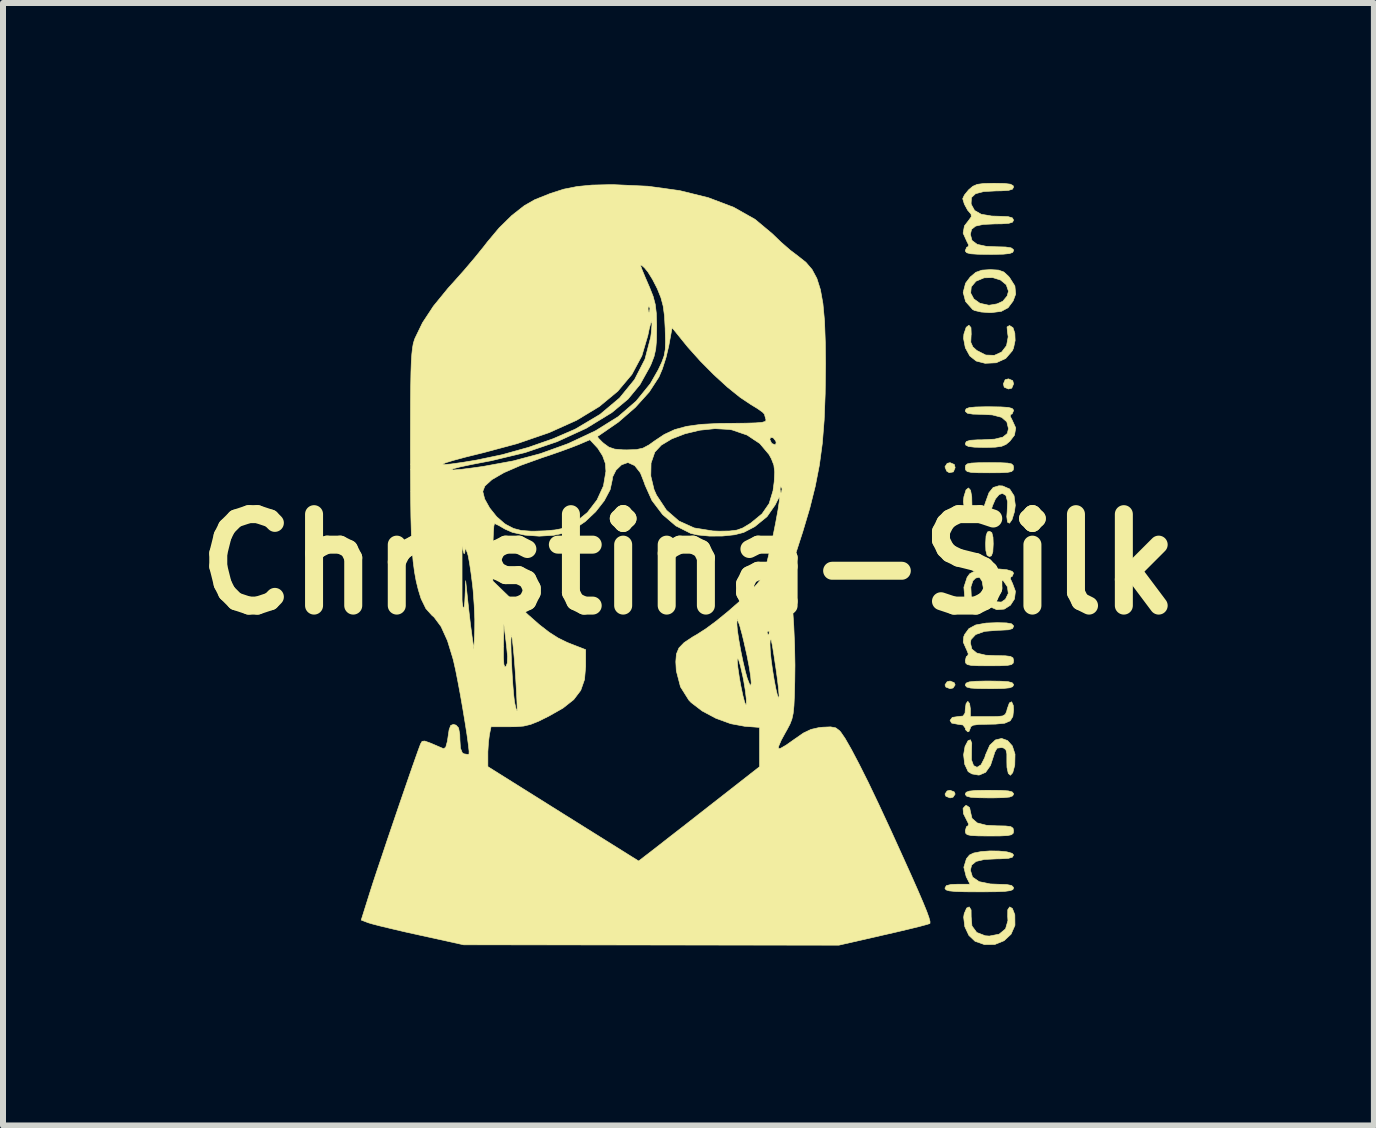
<source format=kicad_pcb>
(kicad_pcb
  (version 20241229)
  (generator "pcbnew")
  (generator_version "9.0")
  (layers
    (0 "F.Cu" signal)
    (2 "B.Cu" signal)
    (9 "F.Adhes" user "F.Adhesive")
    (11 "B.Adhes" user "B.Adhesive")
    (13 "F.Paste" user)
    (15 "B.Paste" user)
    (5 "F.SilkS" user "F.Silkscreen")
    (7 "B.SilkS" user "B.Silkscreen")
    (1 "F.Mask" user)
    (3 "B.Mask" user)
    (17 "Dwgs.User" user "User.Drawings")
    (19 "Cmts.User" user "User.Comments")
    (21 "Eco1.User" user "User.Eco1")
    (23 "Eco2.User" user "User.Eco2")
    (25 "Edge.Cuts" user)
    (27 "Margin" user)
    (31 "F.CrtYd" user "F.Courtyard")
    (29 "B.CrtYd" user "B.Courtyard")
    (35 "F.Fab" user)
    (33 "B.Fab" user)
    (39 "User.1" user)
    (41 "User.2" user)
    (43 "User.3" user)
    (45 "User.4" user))
  (footprint "Christina-Silk"
    (layer "F.Cu")
    (at 8.426 6.355)
    (property "Reference" "Christina-Silk" (at 0 0 0) (layer "F.SilkS") (effects (font (size 1.524 1.524) (thickness 0.3))))
    (attr through_hole)
    (fp_poly (pts (xy 4.429 1.974) (xy 4.445 2.011) (xy 4.41 2.063) (xy 4.36 2.074) (xy 4.291 2.048) (xy 4.276 2.011) (xy 4.311 1.959) (xy 4.36 1.947) (xy 4.429 1.974)) (stroke (width 0.01) (type solid)) (fill yes) (layer "F.SilkS"))
    (fp_poly (pts (xy 4.429 3.794) (xy 4.445 3.831) (xy 4.41 3.883) (xy 4.36 3.895) (xy 4.291 3.868) (xy 4.276 3.831) (xy 4.311 3.779) (xy 4.36 3.768) (xy 4.429 3.794)) (stroke (width 0.01) (type solid)) (fill yes) (layer "F.SilkS"))
    (fp_poly (pts (xy 4.431 -1.663) (xy 4.445 -1.609) (xy 4.415 -1.539) (xy 4.347 -1.526) (xy 4.304 -1.552) (xy 4.275 -1.624) (xy 4.312 -1.681) (xy 4.36 -1.693) (xy 4.431 -1.663)) (stroke (width 0.01) (type solid)) (fill yes) (layer "F.SilkS"))
    (fp_poly (pts (xy 5.405 -3.06) (xy 5.419 -3.006) (xy 5.389 -2.935) (xy 5.334 -2.921) (xy 5.263 -2.951) (xy 5.249 -3.006) (xy 5.279 -3.076) (xy 5.334 -3.09) (xy 5.405 -3.06)) (stroke (width 0.01) (type solid)) (fill yes) (layer "F.SilkS"))
    (fp_poly (pts (xy 5.056 -0.528) (xy 5.076 -0.449) (xy 5.08 -0.339) (xy 5.073 -0.206) (xy 5.05 -0.141) (xy 5.016 -0.127) (xy 4.977 -0.15) (xy 4.957 -0.228) (xy 4.953 -0.339) (xy 4.96 -0.472) (xy 4.983 -0.537) (xy 5.016 -0.55) (xy 5.056 -0.528)) (stroke (width 0.01) (type solid)) (fill yes) (layer "F.SilkS"))
    (fp_poly (pts (xy 5.203 -1.692) (xy 5.321 -1.686) (xy 5.386 -1.672) (xy 5.413 -1.646) (xy 5.419 -1.609) (xy 5.413 -1.569) (xy 5.384 -1.544) (xy 5.317 -1.531) (xy 5.196 -1.525) (xy 5.016 -1.524) (xy 4.83 -1.525) (xy 4.712 -1.531) (xy 4.647 -1.545) (xy 4.62 -1.571) (xy 4.614 -1.609) (xy 4.62 -1.648) (xy 4.649 -1.673) (xy 4.716 -1.686) (xy 4.837 -1.692) (xy 5.016 -1.693) (xy 5.203 -1.692)) (stroke (width 0.01) (type solid)) (fill yes) (layer "F.SilkS"))
    (fp_poly (pts (xy 5.208 1.95) (xy 5.33 1.958) (xy 5.395 1.975) (xy 5.418 2.002) (xy 5.419 2.011) (xy 5.404 2.041) (xy 5.352 2.06) (xy 5.247 2.071) (xy 5.075 2.074) (xy 5.016 2.074) (xy 4.825 2.072) (xy 4.703 2.064) (xy 4.638 2.047) (xy 4.615 2.02) (xy 4.614 2.011) (xy 4.629 1.981) (xy 4.681 1.961) (xy 4.786 1.951) (xy 4.958 1.947) (xy 5.016 1.947) (xy 5.208 1.95)) (stroke (width 0.01) (type solid)) (fill yes) (layer "F.SilkS"))
    (fp_poly (pts (xy 5.208 3.77) (xy 5.33 3.778) (xy 5.395 3.795) (xy 5.418 3.822) (xy 5.419 3.831) (xy 5.404 3.861) (xy 5.352 3.881) (xy 5.247 3.891) (xy 5.075 3.895) (xy 5.016 3.895) (xy 4.825 3.892) (xy 4.703 3.884) (xy 4.638 3.867) (xy 4.615 3.84) (xy 4.614 3.831) (xy 4.629 3.801) (xy 4.681 3.782) (xy 4.786 3.771) (xy 4.958 3.768) (xy 5.016 3.768) (xy 5.208 3.77)) (stroke (width 0.01) (type solid)) (fill yes) (layer "F.SilkS"))
    (fp_poly (pts (xy 5.399 5.738) (xy 5.44 5.842) (xy 5.44 5.845) (xy 5.442 6.019) (xy 5.377 6.167) (xy 5.26 6.276) (xy 5.107 6.338) (xy 4.934 6.34) (xy 4.777 6.285) (xy 4.674 6.187) (xy 4.606 6.042) (xy 4.587 5.884) (xy 4.596 5.825) (xy 4.637 5.731) (xy 4.68 5.712) (xy 4.711 5.762) (xy 4.712 5.874) (xy 4.725 6.029) (xy 4.805 6.138) (xy 4.947 6.193) (xy 5.016 6.198) (xy 5.179 6.166) (xy 5.285 6.078) (xy 5.325 5.94) (xy 5.321 5.874) (xy 5.322 5.759) (xy 5.354 5.712) (xy 5.399 5.738)) (stroke (width 0.01) (type solid)) (fill yes) (layer "F.SilkS"))
    (fp_poly (pts (xy 4.687 4.058) (xy 4.699 4.121) (xy 4.726 4.236) (xy 4.813 4.312) (xy 4.966 4.351) (xy 5.136 4.36) (xy 5.288 4.363) (xy 5.373 4.374) (xy 5.41 4.4) (xy 5.419 4.445) (xy 5.419 4.445) (xy 5.413 4.484) (xy 5.384 4.509) (xy 5.317 4.523) (xy 5.196 4.529) (xy 5.016 4.53) (xy 4.83 4.528) (xy 4.712 4.522) (xy 4.647 4.508) (xy 4.62 4.483) (xy 4.614 4.445) (xy 4.633 4.376) (xy 4.659 4.36) (xy 4.671 4.332) (xy 4.638 4.266) (xy 4.584 4.159) (xy 4.577 4.07) (xy 4.617 4.024) (xy 4.636 4.022) (xy 4.687 4.058)) (stroke (width 0.01) (type solid)) (fill yes) (layer "F.SilkS"))
    (fp_poly (pts (xy 4.709 -3.944) (xy 4.713 -3.831) (xy 4.711 -3.817) (xy 4.706 -3.7) (xy 4.74 -3.623) (xy 4.806 -3.563) (xy 4.955 -3.487) (xy 5.099 -3.482) (xy 5.22 -3.537) (xy 5.302 -3.644) (xy 5.329 -3.79) (xy 5.317 -3.873) (xy 5.31 -3.955) (xy 5.352 -3.979) (xy 5.409 -3.943) (xy 5.44 -3.85) (xy 5.445 -3.729) (xy 5.418 -3.603) (xy 5.399 -3.559) (xy 5.288 -3.43) (xy 5.13 -3.358) (xy 4.945 -3.349) (xy 4.796 -3.387) (xy 4.69 -3.471) (xy 4.615 -3.607) (xy 4.585 -3.764) (xy 4.591 -3.836) (xy 4.629 -3.949) (xy 4.675 -3.984) (xy 4.709 -3.944)) (stroke (width 0.01) (type solid)) (fill yes) (layer "F.SilkS"))
    (fp_poly (pts (xy 4.686 2.323) (xy 4.699 2.411) (xy 4.699 2.413) (xy 4.699 2.54) (xy 4.992 2.54) (xy 5.146 2.539) (xy 5.236 2.529) (xy 5.281 2.503) (xy 5.304 2.452) (xy 5.313 2.413) (xy 5.349 2.312) (xy 5.387 2.293) (xy 5.414 2.354) (xy 5.419 2.426) (xy 5.407 2.538) (xy 5.363 2.61) (xy 5.272 2.65) (xy 5.119 2.665) (xy 5.008 2.667) (xy 4.843 2.67) (xy 4.747 2.683) (xy 4.705 2.708) (xy 4.699 2.731) (xy 4.676 2.787) (xy 4.657 2.794) (xy 4.619 2.76) (xy 4.614 2.731) (xy 4.576 2.68) (xy 4.487 2.667) (xy 4.387 2.648) (xy 4.36 2.603) (xy 4.398 2.553) (xy 4.487 2.54) (xy 4.577 2.53) (xy 4.61 2.48) (xy 4.614 2.413) (xy 4.627 2.324) (xy 4.656 2.286) (xy 4.657 2.286) (xy 4.686 2.323)) (stroke (width 0.01) (type solid)) (fill yes) (layer "F.SilkS"))
    (fp_poly (pts (xy 5.318 2.939) (xy 5.398 3.028) (xy 5.443 3.166) (xy 5.439 3.348) (xy 5.438 3.353) (xy 5.405 3.475) (xy 5.366 3.518) (xy 5.331 3.487) (xy 5.309 3.386) (xy 5.307 3.291) (xy 5.307 3.16) (xy 5.291 3.092) (xy 5.252 3.063) (xy 5.219 3.056) (xy 5.144 3.066) (xy 5.103 3.137) (xy 5.097 3.162) (xy 5.034 3.354) (xy 4.953 3.469) (xy 4.85 3.513) (xy 4.83 3.514) (xy 4.725 3.495) (xy 4.662 3.457) (xy 4.604 3.333) (xy 4.586 3.176) (xy 4.61 3.037) (xy 4.66 2.942) (xy 4.7 2.926) (xy 4.722 2.984) (xy 4.718 3.101) (xy 4.717 3.26) (xy 4.752 3.356) (xy 4.81 3.385) (xy 4.877 3.343) (xy 4.938 3.224) (xy 4.952 3.177) (xy 5.022 3.018) (xy 5.116 2.929) (xy 5.22 2.904) (xy 5.318 2.939)) (stroke (width 0.01) (type solid)) (fill yes) (layer "F.SilkS"))
    (fp_poly (pts (xy 5.168 -4.903) (xy 5.257 -4.871) (xy 5.335 -4.799) (xy 5.351 -4.78) (xy 5.441 -4.638) (xy 5.454 -4.503) (xy 5.412 -4.389) (xy 5.328 -4.276) (xy 5.215 -4.215) (xy 5.048 -4.194) (xy 5.016 -4.194) (xy 4.879 -4.204) (xy 4.77 -4.229) (xy 4.738 -4.245) (xy 4.619 -4.379) (xy 4.582 -4.52) (xy 4.704 -4.52) (xy 4.756 -4.423) (xy 4.858 -4.35) (xy 5.002 -4.318) (xy 5.016 -4.318) (xy 5.144 -4.34) (xy 5.24 -4.384) (xy 5.312 -4.471) (xy 5.334 -4.551) (xy 5.297 -4.659) (xy 5.202 -4.737) (xy 5.071 -4.778) (xy 4.927 -4.774) (xy 4.794 -4.718) (xy 4.793 -4.718) (xy 4.714 -4.624) (xy 4.704 -4.52) (xy 4.582 -4.52) (xy 4.579 -4.531) (xy 4.619 -4.685) (xy 4.696 -4.787) (xy 4.79 -4.866) (xy 4.891 -4.902) (xy 5.031 -4.911) (xy 5.168 -4.903)) (stroke (width 0.01) (type solid)) (fill yes) (layer "F.SilkS"))
    (fp_poly (pts (xy 5.236 -1.305) (xy 5.354 -1.254) (xy 5.427 -1.141) (xy 5.448 -0.983) (xy 5.434 -0.876) (xy 5.393 -0.743) (xy 5.351 -0.684) (xy 5.318 -0.701) (xy 5.306 -0.793) (xy 5.312 -0.874) (xy 5.319 -1.042) (xy 5.291 -1.147) (xy 5.233 -1.181) (xy 5.178 -1.161) (xy 5.118 -1.09) (xy 5.07 -0.98) (xy 5.067 -0.97) (xy 5.015 -0.823) (xy 4.946 -0.747) (xy 4.844 -0.726) (xy 4.809 -0.728) (xy 4.686 -0.778) (xy 4.607 -0.888) (xy 4.582 -1.043) (xy 4.591 -1.125) (xy 4.626 -1.238) (xy 4.667 -1.272) (xy 4.702 -1.233) (xy 4.722 -1.124) (xy 4.723 -1.069) (xy 4.726 -0.945) (xy 4.748 -0.882) (xy 4.796 -0.857) (xy 4.809 -0.855) (xy 4.869 -0.862) (xy 4.912 -0.915) (xy 4.952 -1.034) (xy 4.952 -1.034) (xy 5.009 -1.192) (xy 5.079 -1.279) (xy 5.175 -1.308) (xy 5.236 -1.305)) (stroke (width 0.01) (type solid)) (fill yes) (layer "F.SilkS"))
    (fp_poly (pts (xy 5.208 -2.622) (xy 5.33 -2.614) (xy 5.395 -2.597) (xy 5.418 -2.57) (xy 5.419 -2.561) (xy 5.395 -2.505) (xy 5.374 -2.498) (xy 5.362 -2.469) (xy 5.395 -2.404) (xy 5.455 -2.272) (xy 5.434 -2.151) (xy 5.357 -2.051) (xy 5.293 -1.997) (xy 5.22 -1.966) (xy 5.114 -1.951) (xy 4.949 -1.947) (xy 4.934 -1.947) (xy 4.766 -1.951) (xy 4.667 -1.963) (xy 4.622 -1.986) (xy 4.614 -2.011) (xy 4.633 -2.046) (xy 4.698 -2.066) (xy 4.826 -2.074) (xy 4.892 -2.074) (xy 5.103 -2.085) (xy 5.241 -2.119) (xy 5.315 -2.18) (xy 5.334 -2.26) (xy 5.306 -2.374) (xy 5.219 -2.449) (xy 5.064 -2.489) (xy 4.897 -2.498) (xy 4.74 -2.502) (xy 4.652 -2.516) (xy 4.617 -2.545) (xy 4.614 -2.561) (xy 4.629 -2.591) (xy 4.681 -2.611) (xy 4.786 -2.621) (xy 4.958 -2.625) (xy 5.016 -2.625) (xy 5.208 -2.622)) (stroke (width 0.01) (type solid)) (fill yes) (layer "F.SilkS"))
    (fp_poly (pts (xy 5.176 4.781) (xy 5.307 4.794) (xy 5.395 4.819) (xy 5.419 4.847) (xy 5.4 4.883) (xy 5.335 4.902) (xy 5.207 4.91) (xy 5.141 4.911) (xy 4.931 4.921) (xy 4.794 4.954) (xy 4.72 5.015) (xy 4.699 5.1) (xy 4.735 5.215) (xy 4.845 5.291) (xy 5.03 5.329) (xy 5.153 5.334) (xy 5.304 5.339) (xy 5.387 5.355) (xy 5.417 5.386) (xy 5.419 5.397) (xy 5.407 5.424) (xy 5.362 5.441) (xy 5.273 5.453) (xy 5.127 5.459) (xy 4.912 5.461) (xy 4.847 5.461) (xy 4.613 5.46) (xy 4.451 5.455) (xy 4.349 5.445) (xy 4.295 5.429) (xy 4.276 5.405) (xy 4.276 5.397) (xy 4.299 5.357) (xy 4.378 5.338) (xy 4.484 5.334) (xy 4.693 5.334) (xy 4.629 5.207) (xy 4.59 5.051) (xy 4.633 4.91) (xy 4.684 4.847) (xy 4.756 4.813) (xy 4.878 4.79) (xy 5.025 4.779) (xy 5.176 4.781)) (stroke (width 0.01) (type solid)) (fill yes) (layer "F.SilkS"))
    (fp_poly (pts (xy 5.3 0.978) (xy 5.385 0.993) (xy 5.417 1.024) (xy 5.419 1.037) (xy 5.4 1.073) (xy 5.333 1.093) (xy 5.201 1.1) (xy 5.153 1.101) (xy 4.937 1.119) (xy 4.787 1.172) (xy 4.709 1.256) (xy 4.699 1.312) (xy 4.724 1.414) (xy 4.806 1.481) (xy 4.954 1.516) (xy 5.125 1.524) (xy 5.28 1.526) (xy 5.368 1.537) (xy 5.409 1.561) (xy 5.419 1.603) (xy 5.419 1.609) (xy 5.413 1.648) (xy 5.384 1.673) (xy 5.317 1.686) (xy 5.196 1.692) (xy 5.016 1.693) (xy 4.83 1.692) (xy 4.712 1.686) (xy 4.647 1.672) (xy 4.62 1.646) (xy 4.614 1.609) (xy 4.631 1.54) (xy 4.655 1.524) (xy 4.664 1.493) (xy 4.633 1.416) (xy 4.625 1.401) (xy 4.58 1.298) (xy 4.588 1.209) (xy 4.605 1.168) (xy 4.675 1.073) (xy 4.789 1.012) (xy 4.961 0.981) (xy 5.146 0.974) (xy 5.3 0.978)) (stroke (width 0.01) (type solid)) (fill yes) (layer "F.SilkS"))
    (fp_poly (pts (xy 5.308 0.092) (xy 5.395 0.118) (xy 5.419 0.148) (xy 5.395 0.204) (xy 5.375 0.212) (xy 5.365 0.241) (xy 5.398 0.313) (xy 5.4 0.316) (xy 5.45 0.451) (xy 5.434 0.579) (xy 5.367 0.683) (xy 5.264 0.748) (xy 5.14 0.758) (xy 5.019 0.706) (xy 4.957 0.611) (xy 4.922 0.438) (xy 4.921 0.43) (xy 4.894 0.282) (xy 4.874 0.252) (xy 5.004 0.252) (xy 5.009 0.336) (xy 5.018 0.392) (xy 5.063 0.544) (xy 5.131 0.625) (xy 5.215 0.631) (xy 5.283 0.584) (xy 5.331 0.486) (xy 5.316 0.376) (xy 5.25 0.278) (xy 5.148 0.219) (xy 5.091 0.212) (xy 5.028 0.218) (xy 5.004 0.252) (xy 4.874 0.252) (xy 4.849 0.216) (xy 4.786 0.231) (xy 4.741 0.276) (xy 4.707 0.379) (xy 4.714 0.533) (xy 4.719 0.659) (xy 4.695 0.713) (xy 4.656 0.689) (xy 4.611 0.586) (xy 4.606 0.569) (xy 4.591 0.384) (xy 4.645 0.218) (xy 4.688 0.159) (xy 4.76 0.12) (xy 4.881 0.094) (xy 5.028 0.08) (xy 5.178 0.079) (xy 5.308 0.092)) (stroke (width 0.01) (type solid)) (fill yes) (layer "F.SilkS"))
    (fp_poly (pts (xy 5.267 -6.347) (xy 5.366 -6.335) (xy 5.411 -6.311) (xy 5.419 -6.287) (xy 5.401 -6.252) (xy 5.337 -6.232) (xy 5.212 -6.224) (xy 5.13 -6.223) (xy 4.92 -6.212) (xy 4.785 -6.176) (xy 4.717 -6.112) (xy 4.711 -6.015) (xy 4.715 -5.995) (xy 4.769 -5.897) (xy 4.879 -5.834) (xy 5.054 -5.804) (xy 5.189 -5.8) (xy 5.328 -5.794) (xy 5.399 -5.773) (xy 5.419 -5.736) (xy 5.402 -5.702) (xy 5.341 -5.683) (xy 5.22 -5.674) (xy 5.11 -5.673) (xy 4.912 -5.664) (xy 4.786 -5.636) (xy 4.719 -5.583) (xy 4.699 -5.499) (xy 4.699 -5.498) (xy 4.726 -5.397) (xy 4.812 -5.332) (xy 4.964 -5.299) (xy 5.125 -5.292) (xy 5.285 -5.288) (xy 5.377 -5.274) (xy 5.415 -5.247) (xy 5.419 -5.228) (xy 5.404 -5.198) (xy 5.352 -5.179) (xy 5.247 -5.168) (xy 5.075 -5.165) (xy 5.016 -5.165) (xy 4.825 -5.167) (xy 4.703 -5.175) (xy 4.638 -5.192) (xy 4.615 -5.219) (xy 4.614 -5.228) (xy 4.638 -5.284) (xy 4.659 -5.292) (xy 4.671 -5.32) (xy 4.638 -5.386) (xy 4.578 -5.519) (xy 4.6 -5.64) (xy 4.662 -5.72) (xy 4.714 -5.791) (xy 4.71 -5.836) (xy 4.71 -5.836) (xy 4.653 -5.902) (xy 4.599 -6.002) (xy 4.572 -6.09) (xy 4.572 -6.095) (xy 4.6 -6.155) (xy 4.667 -6.237) (xy 4.676 -6.246) (xy 4.74 -6.3) (xy 4.813 -6.332) (xy 4.919 -6.346) (xy 5.084 -6.35) (xy 5.099 -6.35) (xy 5.267 -6.347)) (stroke (width 0.01) (type solid)) (fill yes) (layer "F.SilkS"))
    (fp_poly (pts (xy -1.249 -6.327) (xy -0.676 -6.301) (xy -0.147 -6.228) (xy 0.331 -6.11) (xy 0.753 -5.95) (xy 1.111 -5.748) (xy 1.397 -5.509) (xy 1.541 -5.37) (xy 1.696 -5.235) (xy 1.828 -5.135) (xy 1.828 -5.135) (xy 1.957 -5.033) (xy 2.06 -4.913) (xy 2.14 -4.764) (xy 2.199 -4.578) (xy 2.241 -4.345) (xy 2.268 -4.054) (xy 2.281 -3.697) (xy 2.285 -3.344) (xy 2.279 -2.842) (xy 2.262 -2.405) (xy 2.231 -2.015) (xy 2.182 -1.652) (xy 2.113 -1.298) (xy 2.022 -0.934) (xy 1.905 -0.541) (xy 1.874 -0.446) (xy 1.684 0.146) (xy 1.736 0.74) (xy 1.755 1.025) (xy 1.769 1.352) (xy 1.775 1.68) (xy 1.772 1.947) (xy 1.766 2.188) (xy 1.758 2.362) (xy 1.745 2.487) (xy 1.724 2.582) (xy 1.692 2.665) (xy 1.645 2.754) (xy 1.615 2.807) (xy 1.546 2.934) (xy 1.504 3.032) (xy 1.497 3.078) (xy 1.54 3.066) (xy 1.631 3.013) (xy 1.75 2.929) (xy 1.764 2.919) (xy 1.917 2.813) (xy 2.043 2.753) (xy 2.175 2.723) (xy 2.231 2.717) (xy 2.369 2.711) (xy 2.454 2.727) (xy 2.516 2.773) (xy 2.539 2.799) (xy 2.612 2.906) (xy 2.715 3.086) (xy 2.844 3.331) (xy 2.997 3.636) (xy 3.169 3.996) (xy 3.358 4.403) (xy 3.387 4.466) (xy 3.565 4.858) (xy 3.71 5.179) (xy 3.824 5.436) (xy 3.91 5.636) (xy 3.971 5.785) (xy 4.008 5.888) (xy 4.026 5.953) (xy 4.026 5.985) (xy 4.021 5.99) (xy 3.97 6.006) (xy 3.851 6.038) (xy 3.676 6.081) (xy 3.461 6.132) (xy 3.246 6.181) (xy 2.507 6.35) (xy -0.62 6.347) (xy -3.747 6.344) (xy -4.487 6.181) (xy -4.735 6.126) (xy -4.96 6.073) (xy -5.148 6.028) (xy -5.282 5.993) (xy -5.341 5.975) (xy -5.455 5.931) (xy -5.307 5.46) (xy -5.261 5.316) (xy -5.195 5.116) (xy -5.113 4.873) (xy -5.022 4.6) (xy -4.924 4.312) (xy -4.825 4.021) (xy -4.729 3.742) (xy -4.641 3.487) (xy -4.565 3.27) (xy -4.531 3.174) (xy -3.344 3.174) (xy -3.344 3.374) (xy -2.088 4.161) (xy -0.831 4.947) (xy -0.68 4.831) (xy -0.605 4.773) (xy -0.475 4.672) (xy -0.3 4.535) (xy -0.091 4.373) (xy 0.14 4.192) (xy 0.328 4.045) (xy 1.185 3.375) (xy 1.185 2.72) (xy 0.936 2.701) (xy 0.704 2.658) (xy 0.457 2.568) (xy 0.228 2.446) (xy 0.044 2.305) (xy 0.006 2.265) (xy -0.133 2.044) (xy -0.203 1.776) (xy -0.211 1.627) (xy -0.21 1.61) (xy 0.813 1.61) (xy 0.823 1.72) (xy 0.848 1.89) (xy 0.872 2.024) (xy 0.906 2.186) (xy 0.935 2.296) (xy 0.956 2.344) (xy 0.965 2.332) (xy 0.964 2.244) (xy 0.947 2.1) (xy 0.918 1.927) (xy 0.906 1.869) (xy 0.865 1.69) (xy 0.835 1.59) (xy 0.817 1.565) (xy 0.813 1.61) (xy -0.21 1.61) (xy -0.201 1.497) (xy -0.159 1.396) (xy -0.073 1.307) (xy 0.073 1.21) (xy 0.138 1.173) (xy 0.288 1.077) (xy 0.39 1.002) (xy 0.807 1.002) (xy 0.815 1.1) (xy 0.838 1.254) (xy 0.871 1.439) (xy 0.91 1.628) (xy 0.95 1.796) (xy 0.98 1.903) (xy 1.018 2) (xy 1.04 2.021) (xy 1.046 1.976) (xy 1.037 1.871) (xy 1.013 1.715) (xy 0.975 1.519) (xy 0.933 1.333) (xy 1.358 1.333) (xy 1.363 1.444) (xy 1.378 1.593) (xy 1.401 1.76) (xy 1.428 1.926) (xy 1.456 2.073) (xy 1.482 2.181) (xy 1.503 2.231) (xy 1.508 2.231) (xy 1.51 2.184) (xy 1.501 2.071) (xy 1.482 1.911) (xy 1.46 1.752) (xy 1.424 1.511) (xy 1.398 1.35) (xy 1.379 1.263) (xy 1.366 1.246) (xy 1.36 1.293) (xy 1.358 1.333) (xy 0.933 1.333) (xy 0.933 1.33) (xy 0.893 1.164) (xy 0.887 1.143) (xy 1.312 1.143) (xy 1.328 1.178) (xy 1.341 1.171) (xy 1.346 1.121) (xy 1.341 1.115) (xy 1.315 1.121) (xy 1.312 1.143) (xy 0.887 1.143) (xy 0.86 1.044) (xy 0.847 1.002) (xy 0.81 0.91) (xy 0.807 1.002) (xy 0.39 1.002) (xy 0.465 0.946) (xy 0.654 0.792) (xy 0.84 0.63) (xy 1.007 0.472) (xy 1.14 0.334) (xy 1.223 0.227) (xy 1.236 0.204) (xy 1.268 0.111) (xy 1.311 -0.045) (xy 1.359 -0.244) (xy 1.408 -0.466) (xy 1.453 -0.69) (xy 1.491 -0.897) (xy 1.512 -1.037) (xy 1.519 -1.107) (xy 1.508 -1.111) (xy 1.473 -1.045) (xy 1.446 -0.99) (xy 1.309 -0.793) (xy 1.104 -0.626) (xy 0.92 -0.53) (xy 0.768 -0.491) (xy 0.567 -0.47) (xy 0.35 -0.469) (xy 0.152 -0.488) (xy 0.038 -0.514) (xy -0.21 -0.639) (xy -0.431 -0.828) (xy -0.609 -1.063) (xy -0.725 -1.322) (xy -0.732 -1.346) (xy -0.78 -1.47) (xy -0.628 -1.47) (xy -0.574 -1.245) (xy -0.533 -1.152) (xy -0.367 -0.901) (xy -0.159 -0.72) (xy 0.096 -0.605) (xy 0.405 -0.555) (xy 0.514 -0.551) (xy 0.687 -0.554) (xy 0.807 -0.569) (xy 0.906 -0.605) (xy 1.014 -0.67) (xy 1.041 -0.688) (xy 1.226 -0.84) (xy 1.345 -1.012) (xy 1.41 -1.227) (xy 1.413 -1.252) (xy 1.527 -1.252) (xy 1.535 -1.197) (xy 1.55 -1.197) (xy 1.56 -1.253) (xy 1.553 -1.278) (xy 1.534 -1.294) (xy 1.527 -1.252) (xy 1.413 -1.252) (xy 1.429 -1.375) (xy 1.437 -1.537) (xy 1.423 -1.653) (xy 1.382 -1.758) (xy 1.343 -1.829) (xy 1.189 -2.012) (xy 1.085 -2.081) (xy 1.355 -2.081) (xy 1.388 -2.014) (xy 1.445 -1.99) (xy 1.462 -2.021) (xy 1.455 -2.053) (xy 1.414 -2.106) (xy 1.37 -2.114) (xy 1.355 -2.081) (xy 1.085 -2.081) (xy 0.977 -2.153) (xy 0.726 -2.239) (xy 0.678 -2.247) (xy 0.441 -2.26) (xy 0.189 -2.234) (xy -0.057 -2.175) (xy -0.278 -2.09) (xy -0.453 -1.985) (xy -0.561 -1.869) (xy -0.624 -1.686) (xy -0.628 -1.47) (xy -0.78 -1.47) (xy -0.802 -1.524) (xy -0.896 -1.644) (xy -1.004 -1.693) (xy -1.016 -1.693) (xy -1.116 -1.657) (xy -1.208 -1.568) (xy -1.264 -1.456) (xy -1.27 -1.408) (xy -1.306 -1.242) (xy -1.404 -1.058) (xy -1.547 -0.875) (xy -1.721 -0.711) (xy -1.91 -0.583) (xy -2.038 -0.527) (xy -2.249 -0.482) (xy -2.488 -0.468) (xy -2.726 -0.485) (xy -2.934 -0.531) (xy -3.057 -0.585) (xy -3.156 -0.643) (xy -3.223 -0.675) (xy -3.233 -0.677) (xy -3.244 -0.638) (xy -3.252 -0.53) (xy -3.258 -0.372) (xy -3.26 -0.198) (xy -3.26 0.281) (xy -2.91 0.619) (xy -2.676 0.84) (xy -2.484 1.009) (xy -2.321 1.135) (xy -2.172 1.23) (xy -2.023 1.303) (xy -1.958 1.329) (xy -1.714 1.424) (xy -1.714 1.703) (xy -1.733 1.923) (xy -1.796 2.103) (xy -1.913 2.257) (xy -2.093 2.399) (xy -2.322 2.529) (xy -2.498 2.617) (xy -2.631 2.67) (xy -2.749 2.698) (xy -2.884 2.708) (xy -2.982 2.709) (xy -3.291 2.709) (xy -3.318 2.842) (xy -3.334 2.968) (xy -3.344 3.125) (xy -3.344 3.174) (xy -4.531 3.174) (xy -4.506 3.104) (xy -4.469 3.004) (xy -4.466 2.996) (xy -4.44 2.952) (xy -4.396 2.947) (xy -4.307 2.979) (xy -4.282 2.989) (xy -4.171 3.037) (xy -4.091 3.071) (xy -4.08 3.075) (xy -4.046 3.05) (xy -4.019 2.953) (xy -4.011 2.9) (xy -3.99 2.759) (xy -3.963 2.687) (xy -3.919 2.67) (xy -3.875 2.682) (xy -3.832 2.729) (xy -3.812 2.838) (xy -3.81 2.921) (xy -3.801 3.066) (xy -3.77 3.143) (xy -3.745 3.16) (xy -3.677 3.171) (xy -3.658 3.164) (xy -3.657 3.117) (xy -3.67 3.002) (xy -3.693 2.835) (xy -3.725 2.631) (xy -3.762 2.407) (xy -3.802 2.178) (xy -3.843 1.959) (xy -3.881 1.766) (xy -3.915 1.615) (xy -3.922 1.587) (xy -3.93 1.559) (xy -3.084 1.559) (xy -3.077 1.669) (xy -3.061 1.711) (xy -3.043 1.705) (xy -3.02 1.648) (xy -3.016 1.536) (xy -3.033 1.355) (xy -3.037 1.326) (xy -3.038 1.312) (xy -2.96 1.312) (xy -2.957 1.457) (xy -2.95 1.632) (xy -2.94 1.821) (xy -2.928 2.005) (xy -2.915 2.166) (xy -2.901 2.286) (xy -2.895 2.32) (xy -2.874 2.41) (xy -2.858 2.447) (xy -2.856 2.446) (xy -2.855 2.402) (xy -2.859 2.289) (xy -2.867 2.121) (xy -2.879 1.915) (xy -2.885 1.822) (xy -2.901 1.603) (xy -2.918 1.415) (xy -2.933 1.275) (xy -2.946 1.197) (xy -2.95 1.187) (xy -2.958 1.216) (xy -2.96 1.312) (xy -3.038 1.312) (xy -3.078 0.995) (xy -3.084 1.374) (xy -3.084 1.559) (xy -3.93 1.559) (xy -4.017 1.275) (xy -4.124 1.039) (xy -4.239 0.884) (xy -4.274 0.854) (xy -4.376 0.741) (xy -4.455 0.579) (xy -4.461 0.563) (xy -4.504 0.423) (xy -4.539 0.28) (xy -4.567 0.126) (xy -4.575 0.064) (xy -3.8 0.064) (xy -3.798 0.269) (xy -3.79 0.448) (xy -3.78 0.59) (xy -3.767 0.688) (xy -3.753 0.733) (xy -3.74 0.716) (xy -3.729 0.629) (xy -3.724 0.529) (xy -3.714 0.275) (xy -3.678 0.614) (xy -3.656 0.814) (xy -3.632 1.018) (xy -3.61 1.181) (xy -3.61 1.185) (xy -3.577 1.418) (xy -3.563 1.101) (xy -3.562 0.914) (xy -3.572 0.682) (xy -3.589 0.443) (xy -3.6 0.339) (xy -3.625 0.145) (xy -3.65 -0.023) (xy -3.673 -0.145) (xy -3.686 -0.191) (xy -3.72 -0.275) (xy -3.729 -0.191) (xy -3.74 -0.174) (xy -3.758 -0.229) (xy -3.768 -0.275) (xy -3.781 -0.318) (xy -3.791 -0.275) (xy -3.797 -0.149) (xy -3.8 0.062) (xy -3.8 0.064) (xy -4.575 0.064) (xy -4.59 -0.05) (xy -4.607 -0.256) (xy -4.619 -0.503) (xy -4.627 -0.799) (xy -4.632 -1.155) (xy -4.632 -1.213) (xy -3.429 -1.213) (xy -3.397 -1.087) (xy -3.314 -0.938) (xy -3.198 -0.793) (xy -3.067 -0.678) (xy -3.037 -0.659) (xy -2.915 -0.596) (xy -2.789 -0.563) (xy -2.626 -0.551) (xy -2.561 -0.551) (xy -2.386 -0.557) (xy -2.224 -0.572) (xy -2.12 -0.592) (xy -1.887 -0.698) (xy -1.684 -0.863) (xy -1.524 -1.072) (xy -1.417 -1.306) (xy -1.376 -1.55) (xy -1.385 -1.679) (xy -1.431 -1.807) (xy -1.512 -1.934) (xy -1.526 -1.949) (xy -1.643 -2.075) (xy -1.827 -1.996) (xy -1.947 -1.949) (xy -2.121 -1.885) (xy -2.319 -1.816) (xy -2.434 -1.778) (xy -2.796 -1.648) (xy -3.077 -1.526) (xy -3.277 -1.41) (xy -3.394 -1.303) (xy -3.429 -1.213) (xy -4.632 -1.213) (xy -4.634 -1.575) (xy -3.959 -1.575) (xy -3.916 -1.571) (xy -3.792 -1.581) (xy -3.586 -1.607) (xy -3.418 -1.631) (xy -2.921 -1.722) (xy -2.469 -1.843) (xy -2.023 -2.004) (xy -1.994 -2.016) (xy -1.75 -2.13) (xy -1.518 -2.13) (xy -1.5 -2.1) (xy -1.436 -2.035) (xy -1.412 -2.014) (xy -1.327 -1.952) (xy -1.23 -1.919) (xy -1.092 -1.907) (xy -1.027 -1.906) (xy -0.87 -1.911) (xy -0.759 -1.935) (xy -0.656 -1.99) (xy -0.569 -2.053) (xy -0.404 -2.163) (xy -0.23 -2.244) (xy -0.029 -2.299) (xy 0.213 -2.332) (xy 0.514 -2.347) (xy 0.71 -2.349) (xy 0.953 -2.351) (xy 1.122 -2.356) (xy 1.228 -2.365) (xy 1.281 -2.381) (xy 1.293 -2.403) (xy 1.292 -2.406) (xy 1.271 -2.481) (xy 1.27 -2.497) (xy 1.236 -2.534) (xy 1.147 -2.597) (xy 1.037 -2.664) (xy 0.859 -2.783) (xy 0.648 -2.953) (xy 0.422 -3.16) (xy 0.197 -3.387) (xy -0.009 -3.617) (xy -0.053 -3.671) (xy -0.273 -3.943) (xy -0.329 -3.638) (xy -0.374 -3.447) (xy -0.436 -3.254) (xy -0.493 -3.12) (xy -0.655 -2.87) (xy -0.885 -2.615) (xy -1.168 -2.369) (xy -1.49 -2.147) (xy -1.518 -2.13) (xy -1.75 -2.13) (xy -1.545 -2.227) (xy -1.173 -2.459) (xy -0.872 -2.719) (xy -0.635 -3.011) (xy -0.505 -3.239) (xy -0.444 -3.368) (xy -0.406 -3.473) (xy -0.387 -3.58) (xy -0.383 -3.716) (xy -0.388 -3.907) (xy -0.388 -3.923) (xy -0.4 -4.141) (xy -0.422 -4.304) (xy -0.459 -4.443) (xy -0.517 -4.587) (xy -0.524 -4.602) (xy -0.599 -4.748) (xy -0.676 -4.872) (xy -0.732 -4.94) (xy -0.773 -4.976) (xy -0.795 -4.989) (xy -0.795 -4.969) (xy -0.771 -4.903) (xy -0.72 -4.78) (xy -0.648 -4.614) (xy -0.589 -4.465) (xy -0.554 -4.332) (xy -0.536 -4.184) (xy -0.53 -3.99) (xy -0.53 -3.937) (xy -0.533 -3.733) (xy -0.546 -3.584) (xy -0.574 -3.462) (xy -0.622 -3.337) (xy -0.645 -3.288) (xy -0.809 -2.993) (xy -1.008 -2.752) (xy -1.266 -2.537) (xy -1.285 -2.523) (xy -1.705 -2.266) (xy -2.19 -2.043) (xy -2.724 -1.861) (xy -3.29 -1.725) (xy -3.344 -1.715) (xy -3.614 -1.663) (xy -3.807 -1.622) (xy -3.922 -1.592) (xy -3.959 -1.575) (xy -4.634 -1.575) (xy -4.634 -1.579) (xy -4.634 -1.668) (xy -4.098 -1.668) (xy -4.068 -1.661) (xy -3.956 -1.671) (xy -3.762 -1.698) (xy -3.533 -1.736) (xy -3.104 -1.826) (xy -2.668 -1.948) (xy -2.256 -2.092) (xy -1.896 -2.248) (xy -1.875 -2.259) (xy -1.475 -2.497) (xy -1.149 -2.771) (xy -0.899 -3.078) (xy -0.725 -3.418) (xy -0.629 -3.788) (xy -0.621 -3.847) (xy -0.609 -3.988) (xy -0.612 -4.047) (xy -0.627 -4.025) (xy -0.654 -3.925) (xy -0.677 -3.814) (xy -0.777 -3.474) (xy -0.943 -3.164) (xy -1.179 -2.883) (xy -1.486 -2.629) (xy -1.866 -2.399) (xy -2.322 -2.194) (xy -2.857 -2.01) (xy -3.412 -1.861) (xy -3.704 -1.789) (xy -3.916 -1.732) (xy -4.047 -1.692) (xy -4.098 -1.668) (xy -4.634 -1.668) (xy -4.635 -1.926) (xy -4.634 -2.35) (xy -4.633 -2.698) (xy -4.63 -2.979) (xy -4.626 -3.201) (xy -4.62 -3.374) (xy -4.611 -3.505) (xy -4.6 -3.604) (xy -4.587 -3.679) (xy -4.569 -3.739) (xy -4.559 -3.766) (xy -4.433 -4.026) (xy -4.28 -4.258) (xy -0.674 -4.258) (xy -0.666 -4.203) (xy -0.652 -4.202) (xy -0.642 -4.259) (xy -0.648 -4.284) (xy -0.667 -4.3) (xy -0.674 -4.258) (xy -4.28 -4.258) (xy -4.253 -4.3) (xy -4.009 -4.599) (xy -3.9 -4.72) (xy -3.737 -4.903) (xy -3.564 -5.107) (xy -3.41 -5.297) (xy -3.353 -5.371) (xy -3.156 -5.606) (xy -2.944 -5.814) (xy -2.735 -5.978) (xy -2.561 -6.077) (xy -2.303 -6.18) (xy -2.078 -6.252) (xy -1.856 -6.296) (xy -1.61 -6.32) (xy -1.314 -6.327) (xy -1.249 -6.327)) (stroke (width 0.01) (type solid)) (fill yes) (layer "F.SilkS")))
  (gr_rect
    (start -3 -3)
    (end 19.851 15.71)
    (stroke (width 0.1) (type default))
    (fill no)
    (layer "Edge.Cuts")))
</source>
